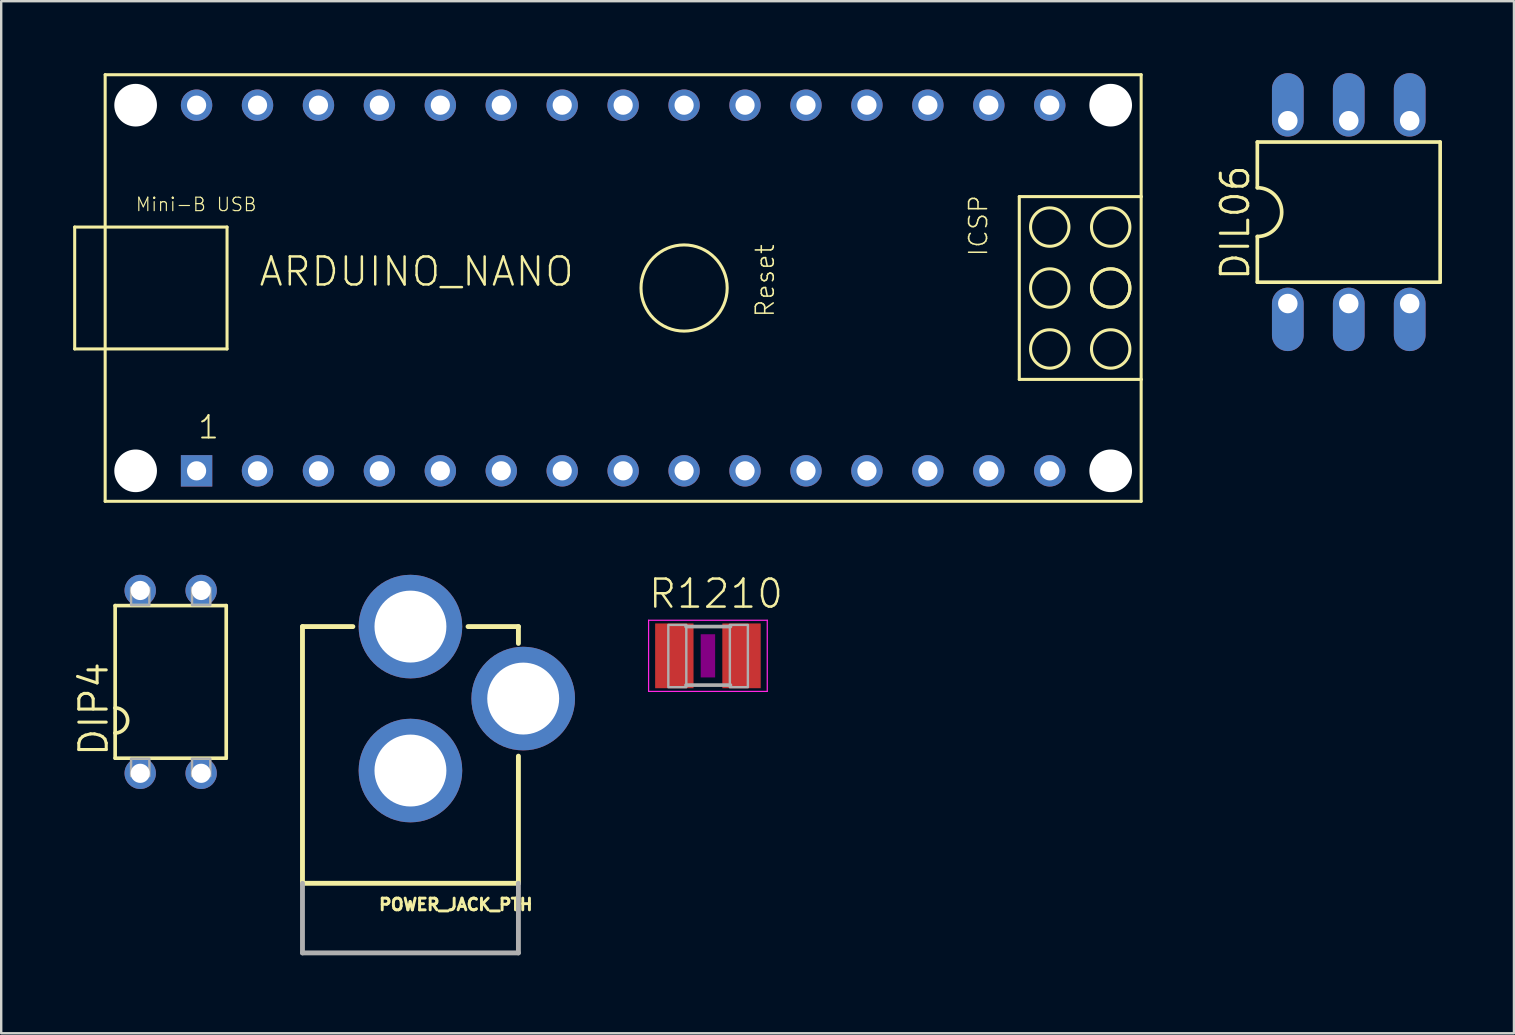
<source format=kicad_pcb>
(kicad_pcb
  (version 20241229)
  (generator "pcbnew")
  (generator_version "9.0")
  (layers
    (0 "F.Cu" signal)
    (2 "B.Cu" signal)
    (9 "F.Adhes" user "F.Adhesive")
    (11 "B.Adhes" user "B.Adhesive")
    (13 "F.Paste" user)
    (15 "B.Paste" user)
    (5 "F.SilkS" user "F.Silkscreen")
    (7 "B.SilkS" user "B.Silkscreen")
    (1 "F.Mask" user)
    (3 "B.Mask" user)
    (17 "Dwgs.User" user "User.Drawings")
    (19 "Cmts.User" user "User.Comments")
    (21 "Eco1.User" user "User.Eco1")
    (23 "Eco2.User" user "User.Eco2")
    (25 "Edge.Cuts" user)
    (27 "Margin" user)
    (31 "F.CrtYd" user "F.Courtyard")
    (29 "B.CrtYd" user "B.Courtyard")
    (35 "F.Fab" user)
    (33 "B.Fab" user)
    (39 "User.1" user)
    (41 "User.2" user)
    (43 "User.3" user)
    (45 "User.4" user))
  (footprint "ARDUINO_NANO"
    (layer "F.Cu")
    (at 25.463 8.954)
    (property "Reference" "ARDUINO_NANO" (at -17.78 0 0) (layer "F.SilkS") (effects (font (size 1.168 1.168) (thickness 0.102)) (justify left bottom)))
    (fp_line (start -25.4 -2.54) (end -25.4 2.54) (stroke (width 0.127) (type solid)) (layer "F.SilkS"))
    (fp_line (start -24.13 -8.89) (end 19.05 -8.89) (stroke (width 0.127) (type solid)) (layer "F.SilkS"))
    (fp_line (start -24.13 -2.54) (end -25.4 -2.54) (stroke (width 0.127) (type solid)) (layer "F.SilkS"))
    (fp_line (start -24.13 -2.54) (end -24.13 -8.89) (stroke (width 0.127) (type solid)) (layer "F.SilkS"))
    (fp_line (start -24.13 8.89) (end -24.13 -2.54) (stroke (width 0.127) (type solid)) (layer "F.SilkS"))
    (fp_line (start -19.05 -2.54) (end -24.13 -2.54) (stroke (width 0.127) (type solid)) (layer "F.SilkS"))
    (fp_line (start -19.05 2.54) (end -25.4 2.54) (stroke (width 0.127) (type solid)) (layer "F.SilkS"))
    (fp_line (start -19.05 2.54) (end -19.05 -2.54) (stroke (width 0.127) (type solid)) (layer "F.SilkS"))
    (fp_line (start 13.97 -3.81) (end 13.97 3.81) (stroke (width 0.127) (type solid)) (layer "F.SilkS"))
    (fp_line (start 13.97 3.81) (end 19.05 3.81) (stroke (width 0.127) (type solid)) (layer "F.SilkS"))
    (fp_line (start 19.05 -8.89) (end 19.05 -3.81) (stroke (width 0.127) (type solid)) (layer "F.SilkS"))
    (fp_line (start 19.05 -3.81) (end 13.97 -3.81) (stroke (width 0.127) (type solid)) (layer "F.SilkS"))
    (fp_line (start 19.05 -3.81) (end 19.05 3.81) (stroke (width 0.127) (type solid)) (layer "F.SilkS"))
    (fp_line (start 19.05 3.81) (end 19.05 8.89) (stroke (width 0.127) (type solid)) (layer "F.SilkS"))
    (fp_line (start 19.05 8.89) (end -24.13 8.89) (stroke (width 0.127) (type solid)) (layer "F.SilkS"))
    (fp_circle (center 0 0) (end 1.796 0) (stroke (width 0.127) (type solid)) (fill no) (layer "F.SilkS"))
    (fp_circle (center 15.24 -2.54) (end 16.04 -2.54) (stroke (width 0.127) (type solid)) (fill no) (layer "F.SilkS"))
    (fp_circle (center 15.24 0) (end 16.04 0) (stroke (width 0.127) (type solid)) (fill no) (layer "F.SilkS"))
    (fp_circle (center 15.24 2.54) (end 16.04 2.54) (stroke (width 0.127) (type solid)) (fill no) (layer "F.SilkS"))
    (fp_circle (center 17.78 -2.54) (end 18.58 -2.54) (stroke (width 0.127) (type solid)) (fill no) (layer "F.SilkS"))
    (fp_circle (center 17.78 0) (end 18.58 0) (stroke (width 0.127) (type solid)) (fill no) (layer "F.SilkS"))
    (fp_circle (center 17.78 0) (end 18.58 0) (stroke (width 0.127) (type solid)) (fill no) (layer "F.SilkS"))
    (fp_circle (center 17.78 2.54) (end 18.58 2.54) (stroke (width 0.127) (type solid)) (fill no) (layer "F.SilkS"))
    (fp_text user "Reset" (at 3.81 1.27 90) (layer "F.SilkS") (effects (font (size 0.748 0.748) (thickness 0.065)) (justify left bottom)))
    (fp_text user "Mini-B USB" (at -17.78 -3.81 0) (layer "F.SilkS") (effects (font (size 0.561 0.561) (thickness 0.049)) (justify right top)))
    (fp_text user "ICSP" (at 12.7 -1.27 270) (layer "F.SilkS") (effects (font (size 0.748 0.748) (thickness 0.065)) (justify left bottom)))
    (fp_text user "1" (at -20.32 6.35 0) (layer "F.SilkS") (effects (font (size 0.935 0.935) (thickness 0.081)) (justify left bottom)))
    (pad "" np_thru_hole circle (at -22.86 -7.62) (size 1.778 1.778) (drill 1.778) (layers "*.Cu" "*.Mask"))
    (pad "" np_thru_hole circle (at -22.86 7.62) (size 1.778 1.778) (drill 1.778) (layers "*.Cu" "*.Mask"))
    (pad "" np_thru_hole circle (at 17.78 -7.62) (size 1.778 1.778) (drill 1.778) (layers "*.Cu" "*.Mask"))
    (pad "" np_thru_hole circle (at 17.78 7.62) (size 1.778 1.778) (drill 1.778) (layers "*.Cu" "*.Mask"))
    (pad "1" thru_hole rect (at -20.32 7.62) (size 1.308 1.308) (drill 0.8) (layers "*.Cu" "*.Mask"))
    (pad "2" thru_hole circle (at -17.78 7.62) (size 1.308 1.308) (drill 0.8) (layers "*.Cu" "*.Mask"))
    (pad "3" thru_hole circle (at -15.24 7.62) (size 1.308 1.308) (drill 0.8) (layers "*.Cu" "*.Mask"))
    (pad "4" thru_hole circle (at -12.7 7.62) (size 1.308 1.308) (drill 0.8) (layers "*.Cu" "*.Mask"))
    (pad "5" thru_hole circle (at -10.16 7.62) (size 1.308 1.308) (drill 0.8) (layers "*.Cu" "*.Mask"))
    (pad "6" thru_hole circle (at -7.62 7.62) (size 1.308 1.308) (drill 0.8) (layers "*.Cu" "*.Mask"))
    (pad "7" thru_hole circle (at -5.08 7.62) (size 1.308 1.308) (drill 0.8) (layers "*.Cu" "*.Mask"))
    (pad "8" thru_hole circle (at -2.54 7.62) (size 1.308 1.308) (drill 0.8) (layers "*.Cu" "*.Mask"))
    (pad "9" thru_hole circle (at 0 7.62) (size 1.308 1.308) (drill 0.8) (layers "*.Cu" "*.Mask"))
    (pad "10" thru_hole circle (at 2.54 7.62) (size 1.308 1.308) (drill 0.8) (layers "*.Cu" "*.Mask"))
    (pad "11" thru_hole circle (at 5.08 7.62) (size 1.308 1.308) (drill 0.8) (layers "*.Cu" "*.Mask"))
    (pad "12" thru_hole circle (at 7.62 7.62) (size 1.308 1.308) (drill 0.8) (layers "*.Cu" "*.Mask"))
    (pad "13" thru_hole circle (at 10.16 7.62) (size 1.308 1.308) (drill 0.8) (layers "*.Cu" "*.Mask"))
    (pad "14" thru_hole circle (at 12.7 7.62) (size 1.308 1.308) (drill 0.8) (layers "*.Cu" "*.Mask"))
    (pad "15" thru_hole circle (at 15.24 7.62) (size 1.308 1.308) (drill 0.8) (layers "*.Cu" "*.Mask"))
    (pad "16" thru_hole circle (at 15.24 -7.62) (size 1.308 1.308) (drill 0.8) (layers "*.Cu" "*.Mask"))
    (pad "17" thru_hole circle (at 12.7 -7.62) (size 1.308 1.308) (drill 0.8) (layers "*.Cu" "*.Mask"))
    (pad "18" thru_hole circle (at 10.16 -7.62) (size 1.308 1.308) (drill 0.8) (layers "*.Cu" "*.Mask"))
    (pad "19" thru_hole circle (at 7.62 -7.62) (size 1.308 1.308) (drill 0.8) (layers "*.Cu" "*.Mask"))
    (pad "20" thru_hole circle (at 5.08 -7.62) (size 1.308 1.308) (drill 0.8) (layers "*.Cu" "*.Mask"))
    (pad "21" thru_hole circle (at 2.54 -7.62) (size 1.308 1.308) (drill 0.8) (layers "*.Cu" "*.Mask"))
    (pad "22" thru_hole circle (at 0 -7.62) (size 1.308 1.308) (drill 0.8) (layers "*.Cu" "*.Mask"))
    (pad "23" thru_hole circle (at -2.54 -7.62) (size 1.308 1.308) (drill 0.8) (layers "*.Cu" "*.Mask"))
    (pad "24" thru_hole circle (at -5.08 -7.62) (size 1.308 1.308) (drill 0.8) (layers "*.Cu" "*.Mask"))
    (pad "25" thru_hole circle (at -7.62 -7.62) (size 1.308 1.308) (drill 0.8) (layers "*.Cu" "*.Mask"))
    (pad "26" thru_hole circle (at -10.16 -7.62) (size 1.308 1.308) (drill 0.8) (layers "*.Cu" "*.Mask"))
    (pad "27" thru_hole circle (at -12.7 -7.62) (size 1.308 1.308) (drill 0.8) (layers "*.Cu" "*.Mask"))
    (pad "28" thru_hole circle (at -15.24 -7.62) (size 1.308 1.308) (drill 0.8) (layers "*.Cu" "*.Mask"))
    (pad "29" thru_hole circle (at -17.78 -7.62) (size 1.308 1.308) (drill 0.8) (layers "*.Cu" "*.Mask"))
    (pad "30" thru_hole circle (at -20.32 -7.62) (size 1.308 1.308) (drill 0.8) (layers "*.Cu" "*.Mask")))
  (footprint "R1210"
    (layer "F.Cu")
    (at 26.456 24.285)
    (property "Reference" "R1210" (at -2.54 -1.905 0) (layer "F.SilkS") (effects (font (size 1.168 1.168) (thickness 0.102)) (justify left bottom)))
    (fp_poly (pts (xy -0.3 0.9) (xy 0.3 0.9) (xy 0.3 -0.9) (xy -0.3 -0.9)) (stroke (width 0) (type solid)) (fill yes) (layer "F.Adhes"))
    (fp_line (start -2.473 -1.483) (end 2.473 -1.483) (stroke (width 0.051) (type solid)) (layer "F.CrtYd"))
    (fp_line (start -2.473 1.483) (end -2.473 -1.483) (stroke (width 0.051) (type solid)) (layer "F.CrtYd"))
    (fp_line (start 2.473 -1.483) (end 2.473 1.483) (stroke (width 0.051) (type solid)) (layer "F.CrtYd"))
    (fp_line (start 2.473 1.483) (end -2.473 1.483) (stroke (width 0.051) (type solid)) (layer "F.CrtYd"))
    (fp_line (start -0.913 -1.219) (end 0.939 -1.219) (stroke (width 0.152) (type solid)) (layer "F.Fab"))
    (fp_line (start -0.913 1.219) (end 0.939 1.219) (stroke (width 0.152) (type solid)) (layer "F.Fab"))
    (fp_poly (pts (xy -1.651 1.308) (xy -0.901 1.308) (xy -0.901 -1.292) (xy -1.651 -1.292)) (stroke (width 0.1) (type solid)) (fill no) (layer "F.Fab"))
    (fp_poly (pts (xy 0.914 1.308) (xy 1.665 1.308) (xy 1.665 -1.292) (xy 0.914 -1.292)) (stroke (width 0.1) (type solid)) (fill no) (layer "F.Fab"))
    (pad "1" smd rect (at -1.4 0) (size 1.6 2.7) (layers "F.Cu" "F.Mask" "F.Paste"))
    (pad "2" smd rect (at 1.4 0) (size 1.6 2.7) (layers "F.Cu" "F.Mask" "F.Paste")))
  (footprint "POWER_JACK_PTH"
    (layer "F.Cu")
    (at 14.057 36.766)
    (property "Reference" "POWER_JACK_PTH" (at -1.372 -1.829 0) (layer "F.SilkS") (effects (font (size 0.488 0.488) (thickness 0.122)) (justify left bottom)))
    (fp_line (start -4.5 -13.7) (end -2.4 -13.7) (stroke (width 0.203) (type solid)) (layer "F.SilkS"))
    (fp_line (start -4.5 -3) (end -4.5 -13.7) (stroke (width 0.203) (type solid)) (layer "F.SilkS"))
    (fp_line (start -4.5 -3) (end 4.5 -3) (stroke (width 0.203) (type solid)) (layer "F.SilkS"))
    (fp_line (start 4.5 -13.7) (end 2.4 -13.7) (stroke (width 0.203) (type solid)) (layer "F.SilkS"))
    (fp_line (start 4.5 -13.7) (end 4.5 -13) (stroke (width 0.203) (type solid)) (layer "F.SilkS"))
    (fp_line (start 4.5 -3) (end 4.5 -8.3) (stroke (width 0.203) (type solid)) (layer "F.SilkS"))
    (fp_line (start -4.5 -3) (end -4.5 -0.1) (stroke (width 0.203) (type solid)) (layer "F.Fab"))
    (fp_line (start 4.5 -0.1) (end -4.5 -0.1) (stroke (width 0.203) (type solid)) (layer "F.Fab"))
    (fp_line (start 4.5 -0.1) (end 4.5 -3) (stroke (width 0.203) (type solid)) (layer "F.Fab"))
    (pad "GND" thru_hole circle (at 0 -7.7) (size 4.318 4.318) (drill 2.997) (layers "*.Cu" "*.Mask"))
    (pad "GNDBREAK" thru_hole circle (at 4.7 -10.7 90) (size 4.318 4.318) (drill 2.997) (layers "*.Cu" "*.Mask"))
    (pad "PWR" thru_hole circle (at 0 -13.7) (size 4.318 4.318) (drill 2.997) (layers "*.Cu" "*.Mask")))
  (footprint "DIL06"
    (layer "F.Cu")
    (at 53.165 5.791)
    (property "Reference" "DIL06" (at -4.064 2.921 90) (layer "F.SilkS") (effects (font (size 1.143 1.143) (thickness 0.127)) (justify left bottom)))
    (fp_line (start -3.81 -2.921) (end -3.81 -1.016) (stroke (width 0.152) (type solid)) (layer "F.SilkS"))
    (fp_line (start -3.81 2.921) (end -3.81 1.016) (stroke (width 0.152) (type solid)) (layer "F.SilkS"))
    (fp_line (start -3.81 2.921) (end 3.81 2.921) (stroke (width 0.152) (type solid)) (layer "F.SilkS"))
    (fp_line (start 3.81 -2.921) (end -3.81 -2.921) (stroke (width 0.152) (type solid)) (layer "F.SilkS"))
    (fp_line (start 3.81 -2.921) (end 3.81 2.921) (stroke (width 0.152) (type solid)) (layer "F.SilkS"))
    (fp_arc (start -3.81 -1.016) (mid -2.794 0) (end -3.81 1.016) (stroke (width 0.1524) (type solid)) (layer "F.SilkS"))
    (pad "1" thru_hole oval (at -2.54 3.81 270) (size 2.642 1.321) (drill 0.813 (offset 0.66 0)) (layers "*.Cu" "*.Mask"))
    (pad "2" thru_hole oval (at 0 3.81 270) (size 2.642 1.321) (drill 0.813 (offset 0.66 0)) (layers "*.Cu" "*.Mask"))
    (pad "3" thru_hole oval (at 2.54 3.81 270) (size 2.642 1.321) (drill 0.813 (offset 0.66 0)) (layers "*.Cu" "*.Mask"))
    (pad "4" thru_hole oval (at 2.54 -3.81 90) (size 2.642 1.321) (drill 0.813 (offset 0.66 0)) (layers "*.Cu" "*.Mask"))
    (pad "5" thru_hole oval (at 0 -3.81 90) (size 2.642 1.321) (drill 0.813 (offset 0.66 0)) (layers "*.Cu" "*.Mask"))
    (pad "6" thru_hole oval (at -2.54 -3.81 90) (size 2.642 1.321) (drill 0.813 (offset 0.66 0)) (layers "*.Cu" "*.Mask")))
  (footprint "DIP4"
    (layer "F.Cu")
    (at 4.064 25.371)
    (property "Reference" "DIP4" (at -2.54 3.175 90) (layer "F.SilkS") (effects (font (size 1.143 1.143) (thickness 0.127)) (justify left bottom)))
    (fp_line (start -2.315 -3.18) (end 2.315 -3.18) (stroke (width 0.152) (type solid)) (layer "F.SilkS"))
    (fp_line (start -2.315 1.085) (end -2.315 -3.18) (stroke (width 0.152) (type solid)) (layer "F.SilkS"))
    (fp_line (start -2.315 2.13) (end -2.315 1.085) (stroke (width 0.152) (type solid)) (layer "F.SilkS"))
    (fp_line (start -2.315 3.18) (end -2.315 2.13) (stroke (width 0.152) (type solid)) (layer "F.SilkS"))
    (fp_line (start 2.315 -3.18) (end 2.315 3.18) (stroke (width 0.152) (type solid)) (layer "F.SilkS"))
    (fp_line (start 2.315 3.18) (end -2.315 3.18) (stroke (width 0.152) (type solid)) (layer "F.SilkS"))
    (fp_arc (start -2.315 1.085) (mid -1.7925 1.6075) (end -2.315 2.13) (stroke (width 0.1524) (type solid)) (layer "F.SilkS"))
    (fp_poly (pts (xy -1.651 3.925) (xy -0.889 3.925) (xy -0.889 3.2) (xy -1.651 3.2)) (stroke (width 0.1) (type solid)) (fill no) (layer "F.Fab"))
    (fp_poly (pts (xy -0.889 -3.925) (xy -1.651 -3.925) (xy -1.651 -3.2) (xy -0.889 -3.2)) (stroke (width 0.1) (type solid)) (fill no) (layer "F.Fab"))
    (fp_poly (pts (xy 0.889 3.925) (xy 1.651 3.925) (xy 1.651 3.2) (xy 0.889 3.2)) (stroke (width 0.1) (type solid)) (fill no) (layer "F.Fab"))
    (fp_poly (pts (xy 1.651 -3.925) (xy 0.889 -3.925) (xy 0.889 -3.2) (xy 1.651 -3.2)) (stroke (width 0.1) (type solid)) (fill no) (layer "F.Fab"))
    (pad "1" thru_hole circle (at -1.27 3.81) (size 1.308 1.308) (drill 0.8) (layers "*.Cu" "*.Mask"))
    (pad "2" thru_hole circle (at 1.27 3.81) (size 1.308 1.308) (drill 0.8) (layers "*.Cu" "*.Mask"))
    (pad "3" thru_hole circle (at 1.27 -3.81) (size 1.308 1.308) (drill 0.8) (layers "*.Cu" "*.Mask"))
    (pad "4" thru_hole circle (at -1.27 -3.81) (size 1.308 1.308) (drill 0.8) (layers "*.Cu" "*.Mask")))
  (gr_rect
    (start -3 -3)
    (end 60.051 40.016)
    (stroke (width 0.1) (type default))
    (fill no)
    (layer "Edge.Cuts")))
</source>
